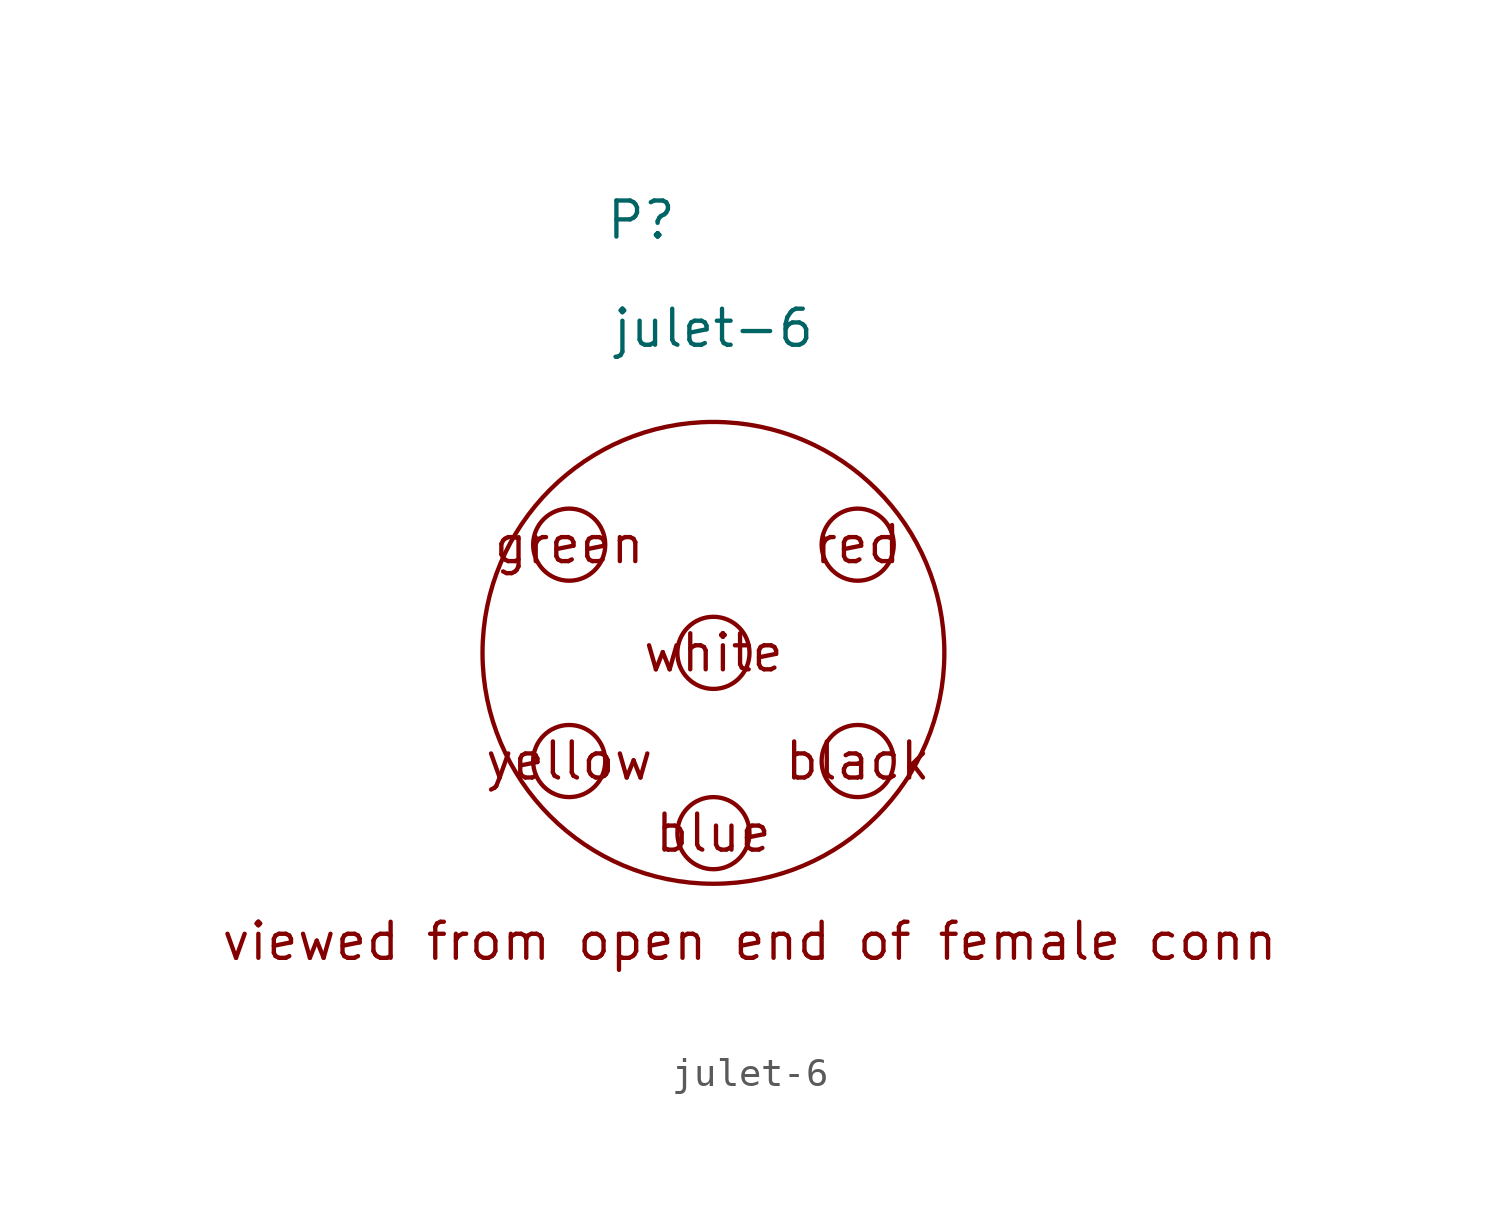
<source format=kicad_sym>
(kicad_symbol_lib
  (version 20211014)
  (generator kicad_symbol_editor)
  (symbol "julet-6"
    (property "Reference" "P"
      (at -2.54 15.24 0)
      (effects (font (size 1.27 1.27))))
    (property "Value" "julet-6"
      (at 0 11.43 0)
      (effects (font (size 1.27 1.27))))
    (symbol "julet-6_0_0"
      (circle (center -5.08 -3.81) (radius 1.27) (stroke (width 0) (type default) (color 0 0 0 0)) (fill (type none)))
      (circle (center -5.08 3.81) (radius 1.27) (stroke (width 0) (type default) (color 0 0 0 0)) (fill (type none)))
      (circle (center 0 -6.35) (radius 1.27) (stroke (width 0) (type default) (color 0 0 0 0)) (fill (type none)))
      (circle (center 0 0) (radius 1.27) (stroke (width 0) (type default) (color 0 0 0 0)) (fill (type none)))
      (circle (center 5.08 -3.81) (radius 1.27) (stroke (width 0) (type default) (color 0 0 0 0)) (fill (type none)))
      (circle (center 5.08 3.81) (radius 1.27) (stroke (width 0) (type default) (color 0 0 0 0)) (fill (type none)))
      (text "black" (at 5.08 -3.81 0) (effects (font (size 1.27 1.27))))
      (text "blue" (at 0 -6.35 0) (effects (font (size 1.27 1.27))))
      (text "green" (at -5.08 3.81 0) (effects (font (size 1.27 1.27))))
      (text "red" (at 5.08 3.81 0) (effects (font (size 1.27 1.27))))
      (text "viewed from open end of female conn" (at 1.27 -10.16 0) (effects (font (size 1.27 1.27))))
      (text "white" (at 0 0 0) (effects (font (size 1.27 1.27))))
      (text "yellow" (at -5.08 -3.81 0) (effects (font (size 1.27 1.27)))))
    (symbol "julet-6_0_1"
      (circle (center 0 0) (radius 8.132) (stroke (width 0) (type default) (color 0 0 0 0)) (fill (type none))))))
</source>
